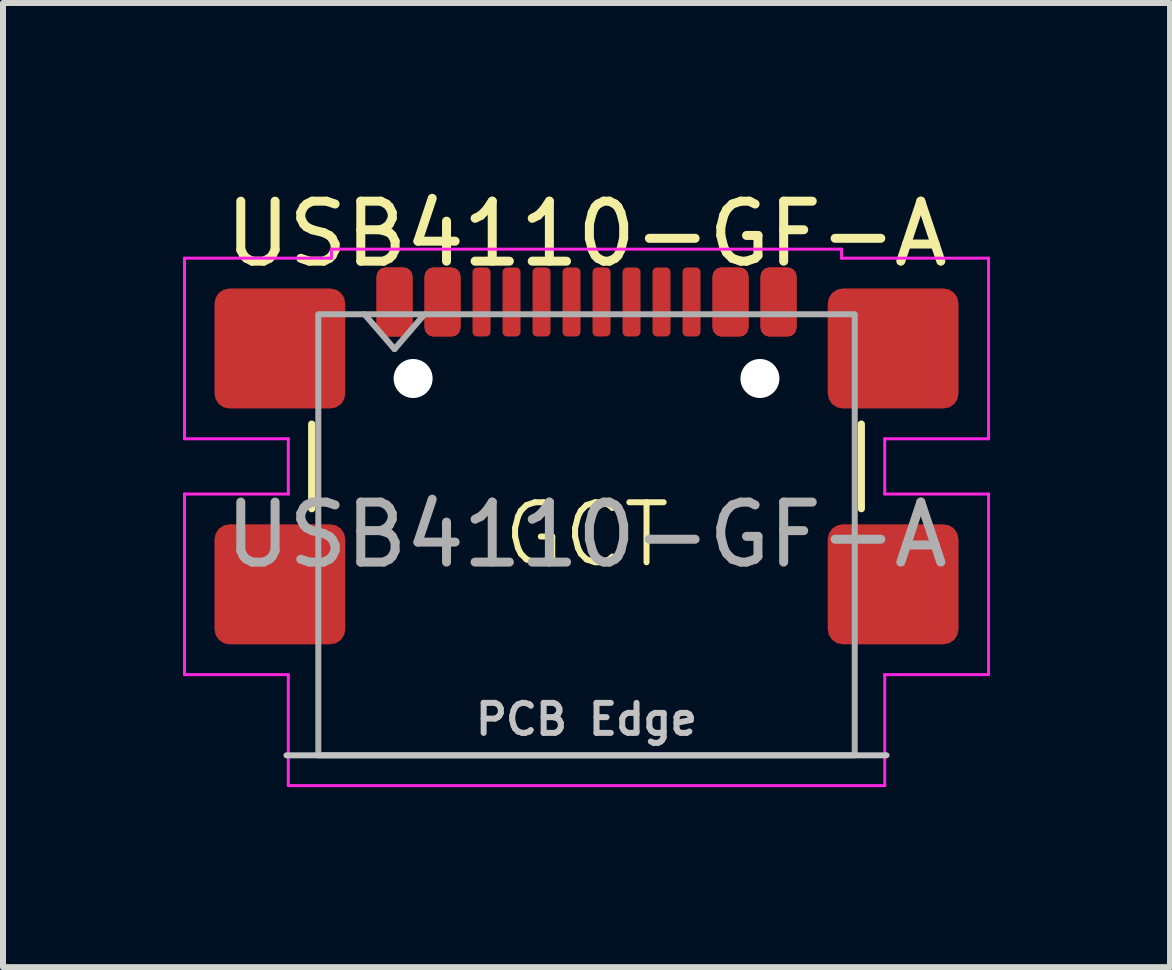
<source format=kicad_pcb>
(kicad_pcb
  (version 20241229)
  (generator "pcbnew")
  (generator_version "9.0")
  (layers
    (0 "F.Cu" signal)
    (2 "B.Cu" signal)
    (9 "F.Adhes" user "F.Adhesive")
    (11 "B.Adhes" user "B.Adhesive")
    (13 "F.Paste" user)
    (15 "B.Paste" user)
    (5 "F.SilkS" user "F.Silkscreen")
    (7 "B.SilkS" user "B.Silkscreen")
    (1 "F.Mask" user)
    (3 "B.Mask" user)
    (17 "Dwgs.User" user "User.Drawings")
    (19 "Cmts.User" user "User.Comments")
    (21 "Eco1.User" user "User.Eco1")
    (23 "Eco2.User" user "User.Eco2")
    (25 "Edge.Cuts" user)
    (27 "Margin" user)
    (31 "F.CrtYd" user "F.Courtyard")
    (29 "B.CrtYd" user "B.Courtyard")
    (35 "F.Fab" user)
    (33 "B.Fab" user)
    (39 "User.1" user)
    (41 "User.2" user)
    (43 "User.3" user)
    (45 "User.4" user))
  (footprint "USB4110-GF-A"
    (layer "F.Cu")
    (at 6.725 5.863)
    (property "Reference" "USB4110-GF-A" (at 0 -5.015 0) (unlocked yes) (layer "F.SilkS") (effects (font (size 1 1) (thickness 0.15))))
    (property "Manuf" "GCT" (at 0 0 0) (layer "F.SilkS") (effects (font (size 1 1) (thickness 0.1))))
    (property "Manuf PN" "USB4110-GF-A" (at 0 0 0) (layer "F.SilkS") (effects (font (size 1 1) (thickness 0.1))))
    (attr smd)
    (fp_line (start -4.58 -0.435) (end -4.58 -1.845) (stroke (width 0.12) (type default)) (layer "F.SilkS"))
    (fp_line (start 4.58 -0.435) (end 4.58 -1.845) (stroke (width 0.12) (type default)) (layer "F.SilkS"))
    (fp_line (start -5 3.675) (end 5 3.675) (stroke (width 0.1) (type default)) (layer "Dwgs.User"))
    (fp_line (start -6.7 -4.61) (end -4.25 -4.61) (stroke (width 0.05) (type default)) (layer "F.CrtYd"))
    (fp_line (start -6.7 -1.6) (end -6.7 -4.61) (stroke (width 0.05) (type default)) (layer "F.CrtYd"))
    (fp_line (start -6.7 -0.68) (end -4.97 -0.68) (stroke (width 0.05) (type default)) (layer "F.CrtYd"))
    (fp_line (start -6.7 2.33) (end -6.7 -0.68) (stroke (width 0.05) (type default)) (layer "F.CrtYd"))
    (fp_line (start -4.97 -1.6) (end -6.7 -1.6) (stroke (width 0.05) (type default)) (layer "F.CrtYd"))
    (fp_line (start -4.97 -0.68) (end -4.97 -1.6) (stroke (width 0.05) (type default)) (layer "F.CrtYd"))
    (fp_line (start -4.97 2.33) (end -6.7 2.33) (stroke (width 0.05) (type default)) (layer "F.CrtYd"))
    (fp_line (start -4.97 4.18) (end -4.97 2.33) (stroke (width 0.05) (type default)) (layer "F.CrtYd"))
    (fp_line (start -4.25 -4.76) (end 4.25 -4.76) (stroke (width 0.05) (type default)) (layer "F.CrtYd"))
    (fp_line (start -4.25 -4.61) (end -4.25 -4.76) (stroke (width 0.05) (type default)) (layer "F.CrtYd"))
    (fp_line (start 4.25 -4.76) (end 4.25 -4.61) (stroke (width 0.05) (type default)) (layer "F.CrtYd"))
    (fp_line (start 4.25 -4.61) (end 6.7 -4.61) (stroke (width 0.05) (type default)) (layer "F.CrtYd"))
    (fp_line (start 4.97 -1.6) (end 4.97 -0.68) (stroke (width 0.05) (type default)) (layer "F.CrtYd"))
    (fp_line (start 4.97 -0.68) (end 6.7 -0.68) (stroke (width 0.05) (type default)) (layer "F.CrtYd"))
    (fp_line (start 4.97 2.33) (end 4.97 4.18) (stroke (width 0.05) (type default)) (layer "F.CrtYd"))
    (fp_line (start 4.97 4.18) (end -4.97 4.18) (stroke (width 0.05) (type default)) (layer "F.CrtYd"))
    (fp_line (start 6.7 -4.61) (end 6.7 -1.6) (stroke (width 0.05) (type default)) (layer "F.CrtYd"))
    (fp_line (start 6.7 -1.6) (end 4.97 -1.6) (stroke (width 0.05) (type default)) (layer "F.CrtYd"))
    (fp_line (start 6.7 -0.68) (end 6.7 2.33) (stroke (width 0.05) (type default)) (layer "F.CrtYd"))
    (fp_line (start 6.7 2.33) (end 4.97 2.33) (stroke (width 0.05) (type default)) (layer "F.CrtYd"))
    (fp_line (start -3.7 -3.675) (end -3.2 -3.095) (stroke (width 0.1) (type default)) (layer "F.Fab"))
    (fp_line (start -3.2 -3.095) (end -2.7 -3.675) (stroke (width 0.1) (type default)) (layer "F.Fab"))
    (fp_rect (start -4.47 -3.675) (end 4.47 3.675) (stroke (width 0.1) (type default)) (fill no) (layer "F.Fab"))
    (fp_text user "PCB Edge" (at 0 3.075 0) (unlocked yes) (layer "Dwgs.User") (effects (font (size 0.5 0.5) (thickness 0.1) (bold yes))))
    (fp_text user "${REFERENCE}" (at 0 0 0) (unlocked yes) (layer "F.Fab") (effects (font (size 1 1) (thickness 0.15))))
    (pad "" np_thru_hole circle (at -2.89 -2.605) (size 0.65 0.65) (drill 0.65) (layers "*.Cu" "*.Mask"))
    (pad "" np_thru_hole circle (at 2.89 -2.605) (size 0.65 0.65) (drill 0.65) (layers "*.Cu" "*.Mask"))
    (pad "A1" smd roundrect (at -3.2 -3.88) (size 0.6 1.15) (layers "F.Cu" "F.Mask" "F.Paste") (roundrect_rratio 0.25))
    (pad "A4" smd roundrect (at -2.4 -3.88) (size 0.6 1.15) (layers "F.Cu" "F.Mask" "F.Paste") (roundrect_rratio 0.25))
    (pad "A5" smd roundrect (at -1.25 -3.88) (size 0.3 1.15) (layers "F.Cu" "F.Mask" "F.Paste") (roundrect_rratio 0.25))
    (pad "A6" smd roundrect (at -0.25 -3.88) (size 0.3 1.15) (layers "F.Cu" "F.Mask" "F.Paste") (roundrect_rratio 0.25))
    (pad "A7" smd roundrect (at 0.25 -3.88) (size 0.3 1.15) (layers "F.Cu" "F.Mask" "F.Paste") (roundrect_rratio 0.25))
    (pad "A8" smd roundrect (at 1.25 -3.88) (size 0.3 1.15) (layers "F.Cu" "F.Mask" "F.Paste") (roundrect_rratio 0.25))
    (pad "A9" smd roundrect (at 2.4 -3.88) (size 0.6 1.15) (layers "F.Cu" "F.Mask" "F.Paste") (roundrect_rratio 0.25))
    (pad "A12" smd roundrect (at 3.2 -3.88) (size 0.6 1.15) (layers "F.Cu" "F.Mask" "F.Paste") (roundrect_rratio 0.25))
    (pad "B1" smd roundrect (at 3.2 -3.88) (size 0.6 1.15) (layers "F.Cu" "F.Mask" "F.Paste") (roundrect_rratio 0.25))
    (pad "B4" smd roundrect (at 2.4 -3.88) (size 0.6 1.15) (layers "F.Cu" "F.Mask" "F.Paste") (roundrect_rratio 0.25))
    (pad "B5" smd roundrect (at 1.75 -3.88) (size 0.3 1.15) (layers "F.Cu" "F.Mask" "F.Paste") (roundrect_rratio 0.25))
    (pad "B6" smd roundrect (at 0.75 -3.88) (size 0.3 1.15) (layers "F.Cu" "F.Mask" "F.Paste") (roundrect_rratio 0.25))
    (pad "B7" smd roundrect (at -0.75 -3.88) (size 0.3 1.15) (layers "F.Cu" "F.Mask" "F.Paste") (roundrect_rratio 0.25))
    (pad "B8" smd roundrect (at -1.75 -3.88) (size 0.3 1.15) (layers "F.Cu" "F.Mask" "F.Paste") (roundrect_rratio 0.25))
    (pad "B9" smd roundrect (at -2.4 -3.88) (size 0.6 1.15) (layers "F.Cu" "F.Mask" "F.Paste") (roundrect_rratio 0.25))
    (pad "B12" smd roundrect (at -3.2 -3.88) (size 0.6 1.15) (layers "F.Cu" "F.Mask" "F.Paste") (roundrect_rratio 0.25))
    (pad "S1" smd roundrect (at -5.11 -3.105) (size 2.18 2) (layers "F.Cu" "F.Mask" "F.Paste") (roundrect_rratio 0.125))
    (pad "S1" smd roundrect (at -5.11 0.825) (size 2.18 2) (layers "F.Cu" "F.Mask" "F.Paste") (roundrect_rratio 0.125))
    (pad "S1" smd roundrect (at 5.11 -3.105) (size 2.18 2) (layers "F.Cu" "F.Mask" "F.Paste") (roundrect_rratio 0.125))
    (pad "S1" smd roundrect (at 5.11 0.825) (size 2.18 2) (layers "F.Cu" "F.Mask" "F.Paste") (roundrect_rratio 0.125)))
  (gr_rect
    (start -3 -3)
    (end 16.45 13.068)
    (stroke (width 0.1) (type default))
    (fill no)
    (layer "Edge.Cuts")))
</source>
